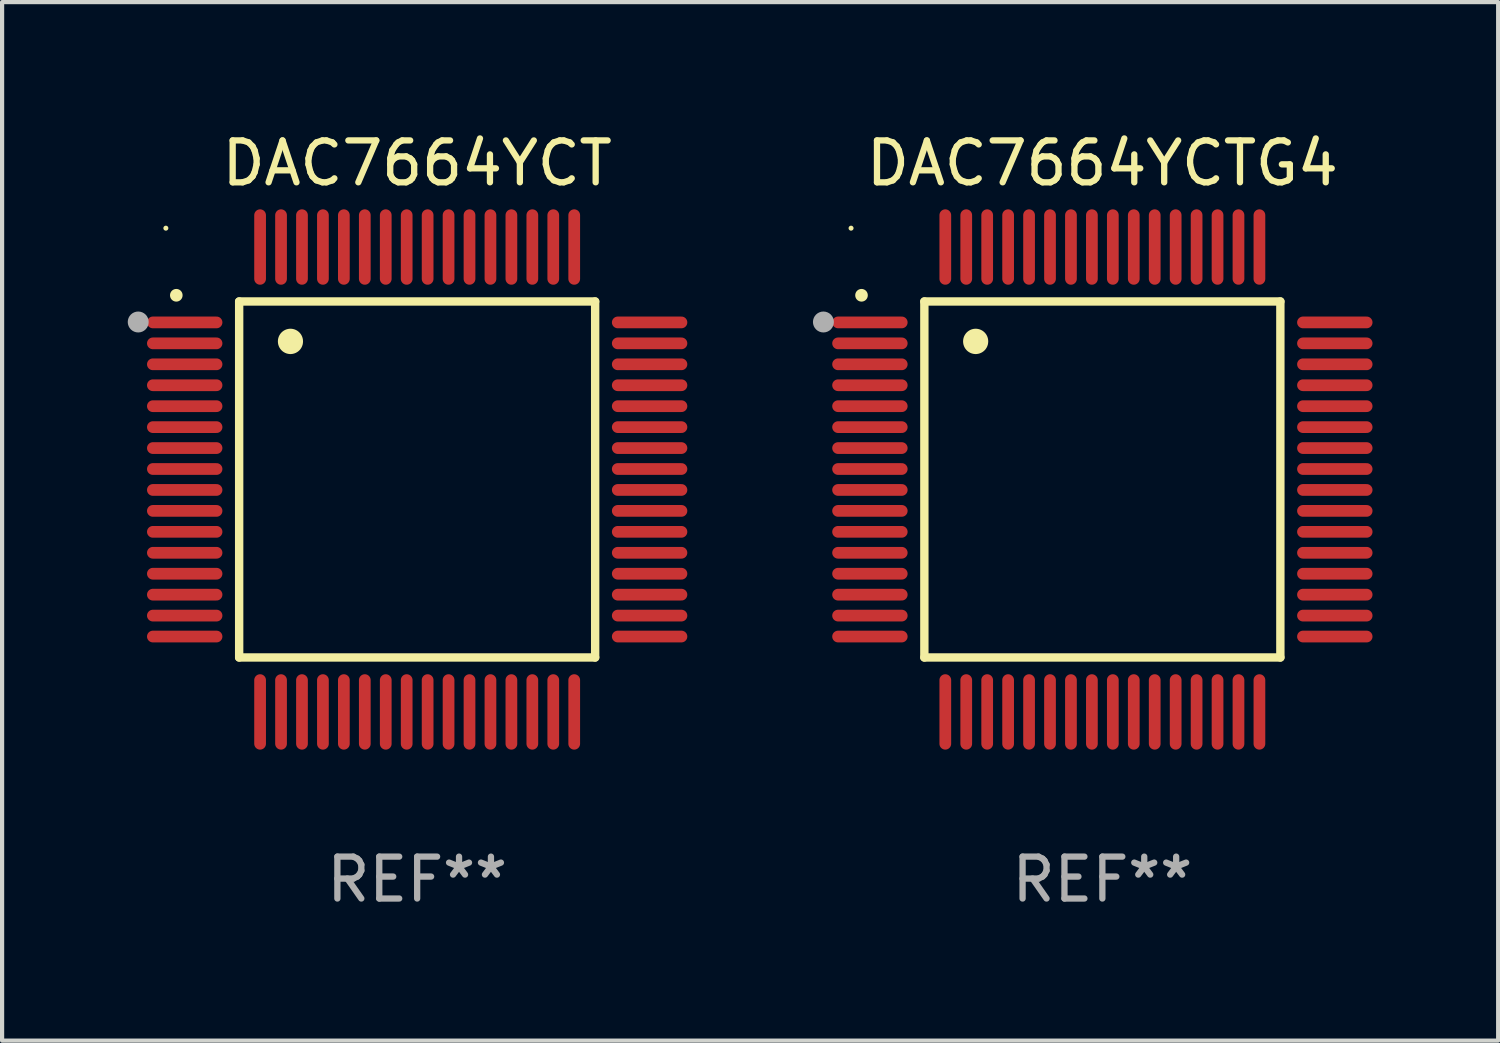
<source format=kicad_pcb>
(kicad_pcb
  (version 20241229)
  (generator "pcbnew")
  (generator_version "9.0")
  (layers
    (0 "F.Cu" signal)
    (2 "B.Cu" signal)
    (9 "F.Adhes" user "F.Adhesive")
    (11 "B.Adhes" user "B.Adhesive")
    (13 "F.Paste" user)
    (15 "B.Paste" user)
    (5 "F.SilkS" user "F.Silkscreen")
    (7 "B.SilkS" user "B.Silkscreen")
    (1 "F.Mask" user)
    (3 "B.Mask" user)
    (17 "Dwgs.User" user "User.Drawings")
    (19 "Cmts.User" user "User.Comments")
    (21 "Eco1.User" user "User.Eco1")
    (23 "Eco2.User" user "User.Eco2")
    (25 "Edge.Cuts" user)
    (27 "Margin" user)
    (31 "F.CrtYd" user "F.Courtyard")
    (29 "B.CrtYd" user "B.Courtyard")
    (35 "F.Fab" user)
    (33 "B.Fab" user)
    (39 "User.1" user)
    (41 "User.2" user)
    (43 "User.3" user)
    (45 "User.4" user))
  (footprint "DAC7664YCTG4"
    (layer "F.Cu")
    (at 23.27 8.398)
    (property "Reference" "DAC7664YCTG4" (at 0 -7.55 0) (layer "F.SilkS") (effects (font (size 1 1) (thickness 0.15))))
    (attr through_hole)
    (fp_line (start -4.25 -4.25) (end -4.25 4.25) (stroke (width 0.2) (type solid)) (layer "F.SilkS"))
    (fp_line (start -4.25 4.25) (end 4.25 4.25) (stroke (width 0.2) (type solid)) (layer "F.SilkS"))
    (fp_line (start 4.25 -4.25) (end -4.25 -4.25) (stroke (width 0.2) (type solid)) (layer "F.SilkS"))
    (fp_line (start 4.25 4.25) (end 4.25 -4.25) (stroke (width 0.2) (type solid)) (layer "F.SilkS"))
    (fp_arc (start -5.750572 -4.396749) (mid -5.750577 -4.398019) (end -5.750572 -4.399289) (stroke (width 0.3) (type solid)) (layer "F.SilkS"))
    (fp_arc (start -3.025146 -3.294387) (mid -3.025157 -3.296927) (end -3.025146 -3.299467) (stroke (width 0.6) (type solid)) (layer "F.SilkS"))
    (fp_circle (center -6 -6) (end -5.97 -6) (stroke (width 0.06) (type solid)) (fill no) (layer "F.SilkS"))
    (fp_circle (center -6.66 -3.76) (end -6.535 -3.76) (stroke (width 0.25) (type solid)) (fill no) (layer "F.Fab"))
    (fp_text user "REF**" (at 0 9.55 0) (layer "F.Fab") (effects (font (size 1 1) (thickness 0.15))))
    (pad "1" smd oval (at -5.55 -3.75) (size 1.8 0.28) (layers "F.Cu" "F.Mask" "F.Paste"))
    (pad "2" smd oval (at -5.55 -3.25) (size 1.8 0.28) (layers "F.Cu" "F.Mask" "F.Paste"))
    (pad "3" smd oval (at -5.55 -2.75) (size 1.8 0.28) (layers "F.Cu" "F.Mask" "F.Paste"))
    (pad "4" smd oval (at -5.55 -2.25) (size 1.8 0.28) (layers "F.Cu" "F.Mask" "F.Paste"))
    (pad "5" smd oval (at -5.55 -1.75) (size 1.8 0.28) (layers "F.Cu" "F.Mask" "F.Paste"))
    (pad "6" smd oval (at -5.55 -1.25) (size 1.8 0.28) (layers "F.Cu" "F.Mask" "F.Paste"))
    (pad "7" smd oval (at -5.55 -0.75) (size 1.8 0.28) (layers "F.Cu" "F.Mask" "F.Paste"))
    (pad "8" smd oval (at -5.55 -0.25) (size 1.8 0.28) (layers "F.Cu" "F.Mask" "F.Paste"))
    (pad "9" smd oval (at -5.55 0.25) (size 1.8 0.28) (layers "F.Cu" "F.Mask" "F.Paste"))
    (pad "10" smd oval (at -5.55 0.75) (size 1.8 0.28) (layers "F.Cu" "F.Mask" "F.Paste"))
    (pad "11" smd oval (at -5.55 1.25) (size 1.8 0.28) (layers "F.Cu" "F.Mask" "F.Paste"))
    (pad "12" smd oval (at -5.55 1.75) (size 1.8 0.28) (layers "F.Cu" "F.Mask" "F.Paste"))
    (pad "13" smd oval (at -5.55 2.25) (size 1.8 0.28) (layers "F.Cu" "F.Mask" "F.Paste"))
    (pad "14" smd oval (at -5.55 2.75) (size 1.8 0.28) (layers "F.Cu" "F.Mask" "F.Paste"))
    (pad "15" smd oval (at -5.55 3.25) (size 1.8 0.28) (layers "F.Cu" "F.Mask" "F.Paste"))
    (pad "16" smd oval (at -5.55 3.75) (size 1.8 0.28) (layers "F.Cu" "F.Mask" "F.Paste"))
    (pad "17" smd oval (at -3.75 5.55) (size 0.28 1.8) (layers "F.Cu" "F.Mask" "F.Paste"))
    (pad "18" smd oval (at -3.25 5.55) (size 0.28 1.8) (layers "F.Cu" "F.Mask" "F.Paste"))
    (pad "19" smd oval (at -2.75 5.55) (size 0.28 1.8) (layers "F.Cu" "F.Mask" "F.Paste"))
    (pad "20" smd oval (at -2.25 5.55) (size 0.28 1.8) (layers "F.Cu" "F.Mask" "F.Paste"))
    (pad "21" smd oval (at -1.75 5.55) (size 0.28 1.8) (layers "F.Cu" "F.Mask" "F.Paste"))
    (pad "22" smd oval (at -1.25 5.55) (size 0.28 1.8) (layers "F.Cu" "F.Mask" "F.Paste"))
    (pad "23" smd oval (at -0.75 5.55) (size 0.28 1.8) (layers "F.Cu" "F.Mask" "F.Paste"))
    (pad "24" smd oval (at -0.25 5.55) (size 0.28 1.8) (layers "F.Cu" "F.Mask" "F.Paste"))
    (pad "25" smd oval (at 0.25 5.55) (size 0.28 1.8) (layers "F.Cu" "F.Mask" "F.Paste"))
    (pad "26" smd oval (at 0.75 5.55) (size 0.28 1.8) (layers "F.Cu" "F.Mask" "F.Paste"))
    (pad "27" smd oval (at 1.25 5.55) (size 0.28 1.8) (layers "F.Cu" "F.Mask" "F.Paste"))
    (pad "28" smd oval (at 1.75 5.55) (size 0.28 1.8) (layers "F.Cu" "F.Mask" "F.Paste"))
    (pad "29" smd oval (at 2.25 5.55) (size 0.28 1.8) (layers "F.Cu" "F.Mask" "F.Paste"))
    (pad "30" smd oval (at 2.75 5.55) (size 0.28 1.8) (layers "F.Cu" "F.Mask" "F.Paste"))
    (pad "31" smd oval (at 3.25 5.55) (size 0.28 1.8) (layers "F.Cu" "F.Mask" "F.Paste"))
    (pad "32" smd oval (at 3.75 5.55) (size 0.28 1.8) (layers "F.Cu" "F.Mask" "F.Paste"))
    (pad "33" smd oval (at 5.55 3.75) (size 1.8 0.28) (layers "F.Cu" "F.Mask" "F.Paste"))
    (pad "34" smd oval (at 5.55 3.25) (size 1.8 0.28) (layers "F.Cu" "F.Mask" "F.Paste"))
    (pad "35" smd oval (at 5.55 2.75) (size 1.8 0.28) (layers "F.Cu" "F.Mask" "F.Paste"))
    (pad "36" smd oval (at 5.55 2.25) (size 1.8 0.28) (layers "F.Cu" "F.Mask" "F.Paste"))
    (pad "37" smd oval (at 5.55 1.75) (size 1.8 0.28) (layers "F.Cu" "F.Mask" "F.Paste"))
    (pad "38" smd oval (at 5.55 1.25) (size 1.8 0.28) (layers "F.Cu" "F.Mask" "F.Paste"))
    (pad "39" smd oval (at 5.55 0.75) (size 1.8 0.28) (layers "F.Cu" "F.Mask" "F.Paste"))
    (pad "40" smd oval (at 5.55 0.25) (size 1.8 0.28) (layers "F.Cu" "F.Mask" "F.Paste"))
    (pad "41" smd oval (at 5.55 -0.25) (size 1.8 0.28) (layers "F.Cu" "F.Mask" "F.Paste"))
    (pad "42" smd oval (at 5.55 -0.75) (size 1.8 0.28) (layers "F.Cu" "F.Mask" "F.Paste"))
    (pad "43" smd oval (at 5.55 -1.25) (size 1.8 0.28) (layers "F.Cu" "F.Mask" "F.Paste"))
    (pad "44" smd oval (at 5.55 -1.75) (size 1.8 0.28) (layers "F.Cu" "F.Mask" "F.Paste"))
    (pad "45" smd oval (at 5.55 -2.25) (size 1.8 0.28) (layers "F.Cu" "F.Mask" "F.Paste"))
    (pad "46" smd oval (at 5.55 -2.75) (size 1.8 0.28) (layers "F.Cu" "F.Mask" "F.Paste"))
    (pad "47" smd oval (at 5.55 -3.25) (size 1.8 0.28) (layers "F.Cu" "F.Mask" "F.Paste"))
    (pad "48" smd oval (at 5.55 -3.75) (size 1.8 0.28) (layers "F.Cu" "F.Mask" "F.Paste"))
    (pad "49" smd oval (at 3.75 -5.55) (size 0.28 1.8) (layers "F.Cu" "F.Mask" "F.Paste"))
    (pad "50" smd oval (at 3.25 -5.55) (size 0.28 1.8) (layers "F.Cu" "F.Mask" "F.Paste"))
    (pad "51" smd oval (at 2.75 -5.55) (size 0.28 1.8) (layers "F.Cu" "F.Mask" "F.Paste"))
    (pad "52" smd oval (at 2.25 -5.55) (size 0.28 1.8) (layers "F.Cu" "F.Mask" "F.Paste"))
    (pad "53" smd oval (at 1.75 -5.55) (size 0.28 1.8) (layers "F.Cu" "F.Mask" "F.Paste"))
    (pad "54" smd oval (at 1.25 -5.55) (size 0.28 1.8) (layers "F.Cu" "F.Mask" "F.Paste"))
    (pad "55" smd oval (at 0.75 -5.55) (size 0.28 1.8) (layers "F.Cu" "F.Mask" "F.Paste"))
    (pad "56" smd oval (at 0.25 -5.55) (size 0.28 1.8) (layers "F.Cu" "F.Mask" "F.Paste"))
    (pad "57" smd oval (at -0.25 -5.55) (size 0.28 1.8) (layers "F.Cu" "F.Mask" "F.Paste"))
    (pad "58" smd oval (at -0.75 -5.55) (size 0.28 1.8) (layers "F.Cu" "F.Mask" "F.Paste"))
    (pad "59" smd oval (at -1.25 -5.55) (size 0.28 1.8) (layers "F.Cu" "F.Mask" "F.Paste"))
    (pad "60" smd oval (at -1.75 -5.55) (size 0.28 1.8) (layers "F.Cu" "F.Mask" "F.Paste"))
    (pad "61" smd oval (at -2.25 -5.55) (size 0.28 1.8) (layers "F.Cu" "F.Mask" "F.Paste"))
    (pad "62" smd oval (at -2.75 -5.55) (size 0.28 1.8) (layers "F.Cu" "F.Mask" "F.Paste"))
    (pad "63" smd oval (at -3.25 -5.55) (size 0.28 1.8) (layers "F.Cu" "F.Mask" "F.Paste"))
    (pad "64" smd oval (at -3.75 -5.55) (size 0.28 1.8) (layers "F.Cu" "F.Mask" "F.Paste")))
  (footprint "DAC7664YCT"
    (layer "F.Cu")
    (at 6.91 8.398)
    (property "Reference" "DAC7664YCT" (at 0 -7.55 0) (layer "F.SilkS") (effects (font (size 1 1) (thickness 0.15))))
    (attr through_hole)
    (fp_line (start -4.25 -4.25) (end -4.25 4.25) (stroke (width 0.2) (type solid)) (layer "F.SilkS"))
    (fp_line (start -4.25 4.25) (end 4.25 4.25) (stroke (width 0.2) (type solid)) (layer "F.SilkS"))
    (fp_line (start 4.25 -4.25) (end -4.25 -4.25) (stroke (width 0.2) (type solid)) (layer "F.SilkS"))
    (fp_line (start 4.25 4.25) (end 4.25 -4.25) (stroke (width 0.2) (type solid)) (layer "F.SilkS"))
    (fp_arc (start -5.750572 -4.396749) (mid -5.750577 -4.398019) (end -5.750572 -4.399289) (stroke (width 0.3) (type solid)) (layer "F.SilkS"))
    (fp_arc (start -3.025146 -3.294387) (mid -3.025157 -3.296927) (end -3.025146 -3.299467) (stroke (width 0.6) (type solid)) (layer "F.SilkS"))
    (fp_circle (center -6 -6) (end -5.97 -6) (stroke (width 0.06) (type solid)) (fill no) (layer "F.SilkS"))
    (fp_circle (center -6.66 -3.76) (end -6.535 -3.76) (stroke (width 0.25) (type solid)) (fill no) (layer "F.Fab"))
    (fp_text user "REF**" (at 0 9.55 0) (layer "F.Fab") (effects (font (size 1 1) (thickness 0.15))))
    (pad "1" smd oval (at -5.55 -3.75) (size 1.8 0.28) (layers "F.Cu" "F.Mask" "F.Paste"))
    (pad "2" smd oval (at -5.55 -3.25) (size 1.8 0.28) (layers "F.Cu" "F.Mask" "F.Paste"))
    (pad "3" smd oval (at -5.55 -2.75) (size 1.8 0.28) (layers "F.Cu" "F.Mask" "F.Paste"))
    (pad "4" smd oval (at -5.55 -2.25) (size 1.8 0.28) (layers "F.Cu" "F.Mask" "F.Paste"))
    (pad "5" smd oval (at -5.55 -1.75) (size 1.8 0.28) (layers "F.Cu" "F.Mask" "F.Paste"))
    (pad "6" smd oval (at -5.55 -1.25) (size 1.8 0.28) (layers "F.Cu" "F.Mask" "F.Paste"))
    (pad "7" smd oval (at -5.55 -0.75) (size 1.8 0.28) (layers "F.Cu" "F.Mask" "F.Paste"))
    (pad "8" smd oval (at -5.55 -0.25) (size 1.8 0.28) (layers "F.Cu" "F.Mask" "F.Paste"))
    (pad "9" smd oval (at -5.55 0.25) (size 1.8 0.28) (layers "F.Cu" "F.Mask" "F.Paste"))
    (pad "10" smd oval (at -5.55 0.75) (size 1.8 0.28) (layers "F.Cu" "F.Mask" "F.Paste"))
    (pad "11" smd oval (at -5.55 1.25) (size 1.8 0.28) (layers "F.Cu" "F.Mask" "F.Paste"))
    (pad "12" smd oval (at -5.55 1.75) (size 1.8 0.28) (layers "F.Cu" "F.Mask" "F.Paste"))
    (pad "13" smd oval (at -5.55 2.25) (size 1.8 0.28) (layers "F.Cu" "F.Mask" "F.Paste"))
    (pad "14" smd oval (at -5.55 2.75) (size 1.8 0.28) (layers "F.Cu" "F.Mask" "F.Paste"))
    (pad "15" smd oval (at -5.55 3.25) (size 1.8 0.28) (layers "F.Cu" "F.Mask" "F.Paste"))
    (pad "16" smd oval (at -5.55 3.75) (size 1.8 0.28) (layers "F.Cu" "F.Mask" "F.Paste"))
    (pad "17" smd oval (at -3.75 5.55) (size 0.28 1.8) (layers "F.Cu" "F.Mask" "F.Paste"))
    (pad "18" smd oval (at -3.25 5.55) (size 0.28 1.8) (layers "F.Cu" "F.Mask" "F.Paste"))
    (pad "19" smd oval (at -2.75 5.55) (size 0.28 1.8) (layers "F.Cu" "F.Mask" "F.Paste"))
    (pad "20" smd oval (at -2.25 5.55) (size 0.28 1.8) (layers "F.Cu" "F.Mask" "F.Paste"))
    (pad "21" smd oval (at -1.75 5.55) (size 0.28 1.8) (layers "F.Cu" "F.Mask" "F.Paste"))
    (pad "22" smd oval (at -1.25 5.55) (size 0.28 1.8) (layers "F.Cu" "F.Mask" "F.Paste"))
    (pad "23" smd oval (at -0.75 5.55) (size 0.28 1.8) (layers "F.Cu" "F.Mask" "F.Paste"))
    (pad "24" smd oval (at -0.25 5.55) (size 0.28 1.8) (layers "F.Cu" "F.Mask" "F.Paste"))
    (pad "25" smd oval (at 0.25 5.55) (size 0.28 1.8) (layers "F.Cu" "F.Mask" "F.Paste"))
    (pad "26" smd oval (at 0.75 5.55) (size 0.28 1.8) (layers "F.Cu" "F.Mask" "F.Paste"))
    (pad "27" smd oval (at 1.25 5.55) (size 0.28 1.8) (layers "F.Cu" "F.Mask" "F.Paste"))
    (pad "28" smd oval (at 1.75 5.55) (size 0.28 1.8) (layers "F.Cu" "F.Mask" "F.Paste"))
    (pad "29" smd oval (at 2.25 5.55) (size 0.28 1.8) (layers "F.Cu" "F.Mask" "F.Paste"))
    (pad "30" smd oval (at 2.75 5.55) (size 0.28 1.8) (layers "F.Cu" "F.Mask" "F.Paste"))
    (pad "31" smd oval (at 3.25 5.55) (size 0.28 1.8) (layers "F.Cu" "F.Mask" "F.Paste"))
    (pad "32" smd oval (at 3.75 5.55) (size 0.28 1.8) (layers "F.Cu" "F.Mask" "F.Paste"))
    (pad "33" smd oval (at 5.55 3.75) (size 1.8 0.28) (layers "F.Cu" "F.Mask" "F.Paste"))
    (pad "34" smd oval (at 5.55 3.25) (size 1.8 0.28) (layers "F.Cu" "F.Mask" "F.Paste"))
    (pad "35" smd oval (at 5.55 2.75) (size 1.8 0.28) (layers "F.Cu" "F.Mask" "F.Paste"))
    (pad "36" smd oval (at 5.55 2.25) (size 1.8 0.28) (layers "F.Cu" "F.Mask" "F.Paste"))
    (pad "37" smd oval (at 5.55 1.75) (size 1.8 0.28) (layers "F.Cu" "F.Mask" "F.Paste"))
    (pad "38" smd oval (at 5.55 1.25) (size 1.8 0.28) (layers "F.Cu" "F.Mask" "F.Paste"))
    (pad "39" smd oval (at 5.55 0.75) (size 1.8 0.28) (layers "F.Cu" "F.Mask" "F.Paste"))
    (pad "40" smd oval (at 5.55 0.25) (size 1.8 0.28) (layers "F.Cu" "F.Mask" "F.Paste"))
    (pad "41" smd oval (at 5.55 -0.25) (size 1.8 0.28) (layers "F.Cu" "F.Mask" "F.Paste"))
    (pad "42" smd oval (at 5.55 -0.75) (size 1.8 0.28) (layers "F.Cu" "F.Mask" "F.Paste"))
    (pad "43" smd oval (at 5.55 -1.25) (size 1.8 0.28) (layers "F.Cu" "F.Mask" "F.Paste"))
    (pad "44" smd oval (at 5.55 -1.75) (size 1.8 0.28) (layers "F.Cu" "F.Mask" "F.Paste"))
    (pad "45" smd oval (at 5.55 -2.25) (size 1.8 0.28) (layers "F.Cu" "F.Mask" "F.Paste"))
    (pad "46" smd oval (at 5.55 -2.75) (size 1.8 0.28) (layers "F.Cu" "F.Mask" "F.Paste"))
    (pad "47" smd oval (at 5.55 -3.25) (size 1.8 0.28) (layers "F.Cu" "F.Mask" "F.Paste"))
    (pad "48" smd oval (at 5.55 -3.75) (size 1.8 0.28) (layers "F.Cu" "F.Mask" "F.Paste"))
    (pad "49" smd oval (at 3.75 -5.55) (size 0.28 1.8) (layers "F.Cu" "F.Mask" "F.Paste"))
    (pad "50" smd oval (at 3.25 -5.55) (size 0.28 1.8) (layers "F.Cu" "F.Mask" "F.Paste"))
    (pad "51" smd oval (at 2.75 -5.55) (size 0.28 1.8) (layers "F.Cu" "F.Mask" "F.Paste"))
    (pad "52" smd oval (at 2.25 -5.55) (size 0.28 1.8) (layers "F.Cu" "F.Mask" "F.Paste"))
    (pad "53" smd oval (at 1.75 -5.55) (size 0.28 1.8) (layers "F.Cu" "F.Mask" "F.Paste"))
    (pad "54" smd oval (at 1.25 -5.55) (size 0.28 1.8) (layers "F.Cu" "F.Mask" "F.Paste"))
    (pad "55" smd oval (at 0.75 -5.55) (size 0.28 1.8) (layers "F.Cu" "F.Mask" "F.Paste"))
    (pad "56" smd oval (at 0.25 -5.55) (size 0.28 1.8) (layers "F.Cu" "F.Mask" "F.Paste"))
    (pad "57" smd oval (at -0.25 -5.55) (size 0.28 1.8) (layers "F.Cu" "F.Mask" "F.Paste"))
    (pad "58" smd oval (at -0.75 -5.55) (size 0.28 1.8) (layers "F.Cu" "F.Mask" "F.Paste"))
    (pad "59" smd oval (at -1.25 -5.55) (size 0.28 1.8) (layers "F.Cu" "F.Mask" "F.Paste"))
    (pad "60" smd oval (at -1.75 -5.55) (size 0.28 1.8) (layers "F.Cu" "F.Mask" "F.Paste"))
    (pad "61" smd oval (at -2.25 -5.55) (size 0.28 1.8) (layers "F.Cu" "F.Mask" "F.Paste"))
    (pad "62" smd oval (at -2.75 -5.55) (size 0.28 1.8) (layers "F.Cu" "F.Mask" "F.Paste"))
    (pad "63" smd oval (at -3.25 -5.55) (size 0.28 1.8) (layers "F.Cu" "F.Mask" "F.Paste"))
    (pad "64" smd oval (at -3.75 -5.55) (size 0.28 1.8) (layers "F.Cu" "F.Mask" "F.Paste")))
  (gr_rect
    (start -3 -3)
    (end 32.72 21.796)
    (stroke (width 0.1) (type default))
    (fill no)
    (layer "Edge.Cuts")))
</source>
